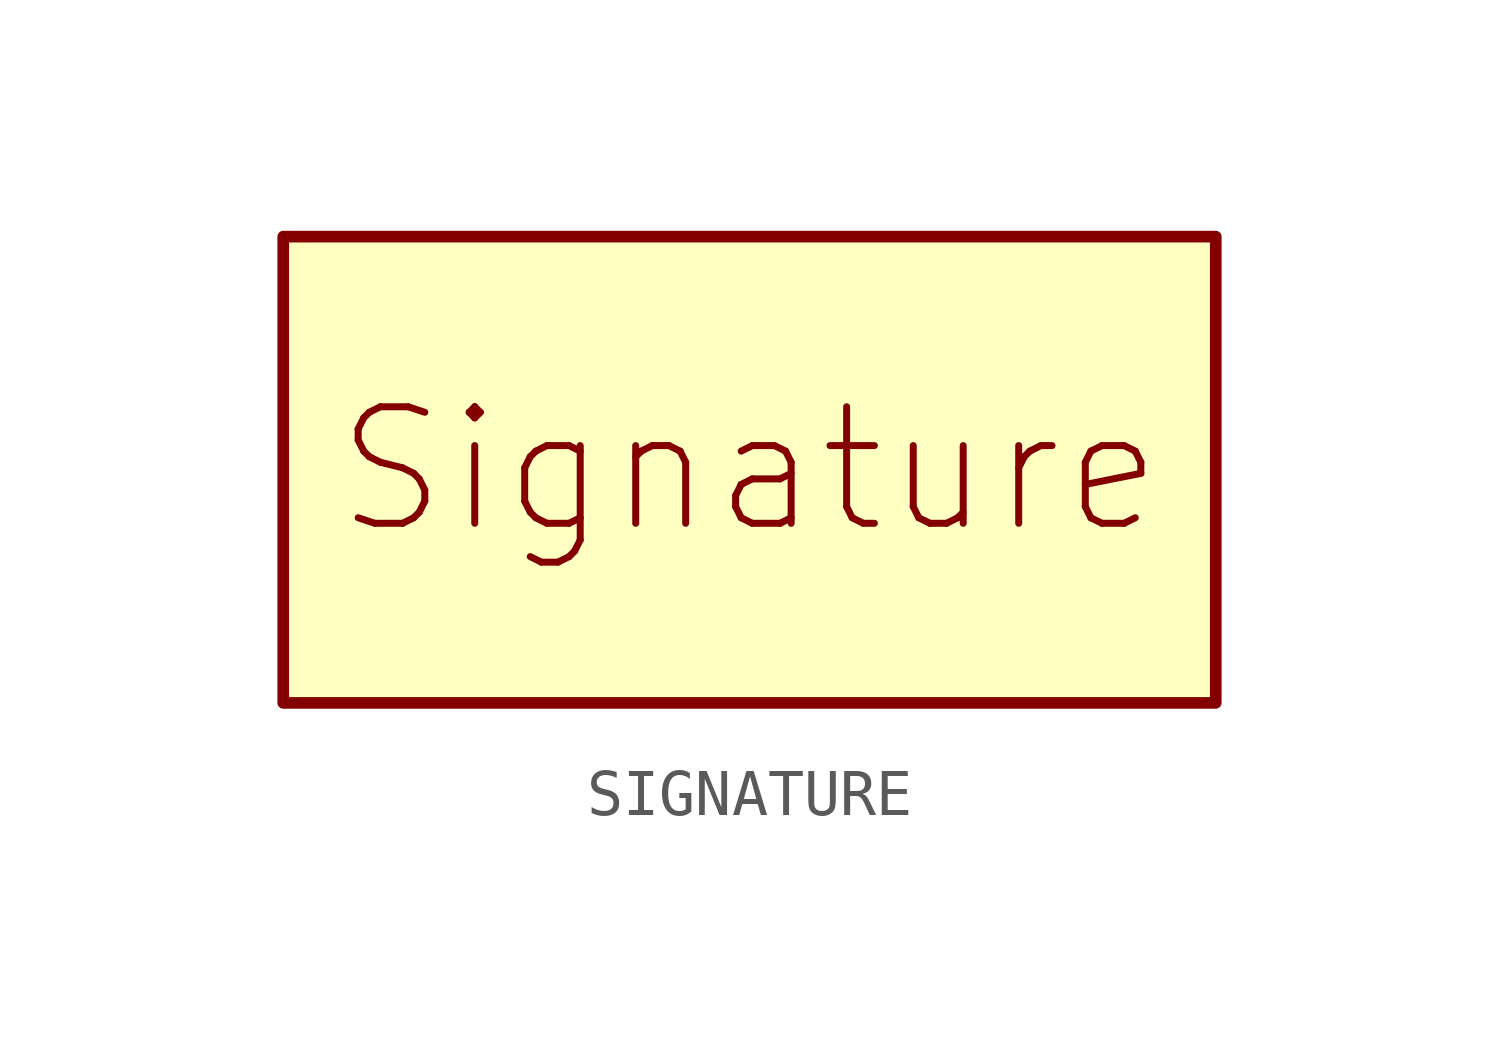
<source format=kicad_sym>
(kicad_symbol_lib
  (version 20231120)
  (generator "kicad_symbol_editor")
  (generator_version "8.0")
  (symbol "SIGNATURE"
    (pin_names
      (offset 1.016))
    (property "Reference" "U"
      (at 0 0 0)
      (effects (font (size 1.27 1.27)) (justify bottom) (hide yes)))
    (symbol "SIGNATURE_0_0"
      (rectangle (start -10.16 -5.08) (end 10.16 5.08) (stroke (width 0.254) (type default)) (fill (type background)))
      (text "Signature" (at 0 0 0) (effects (font (size 2.54 2.54)))))))
</source>
